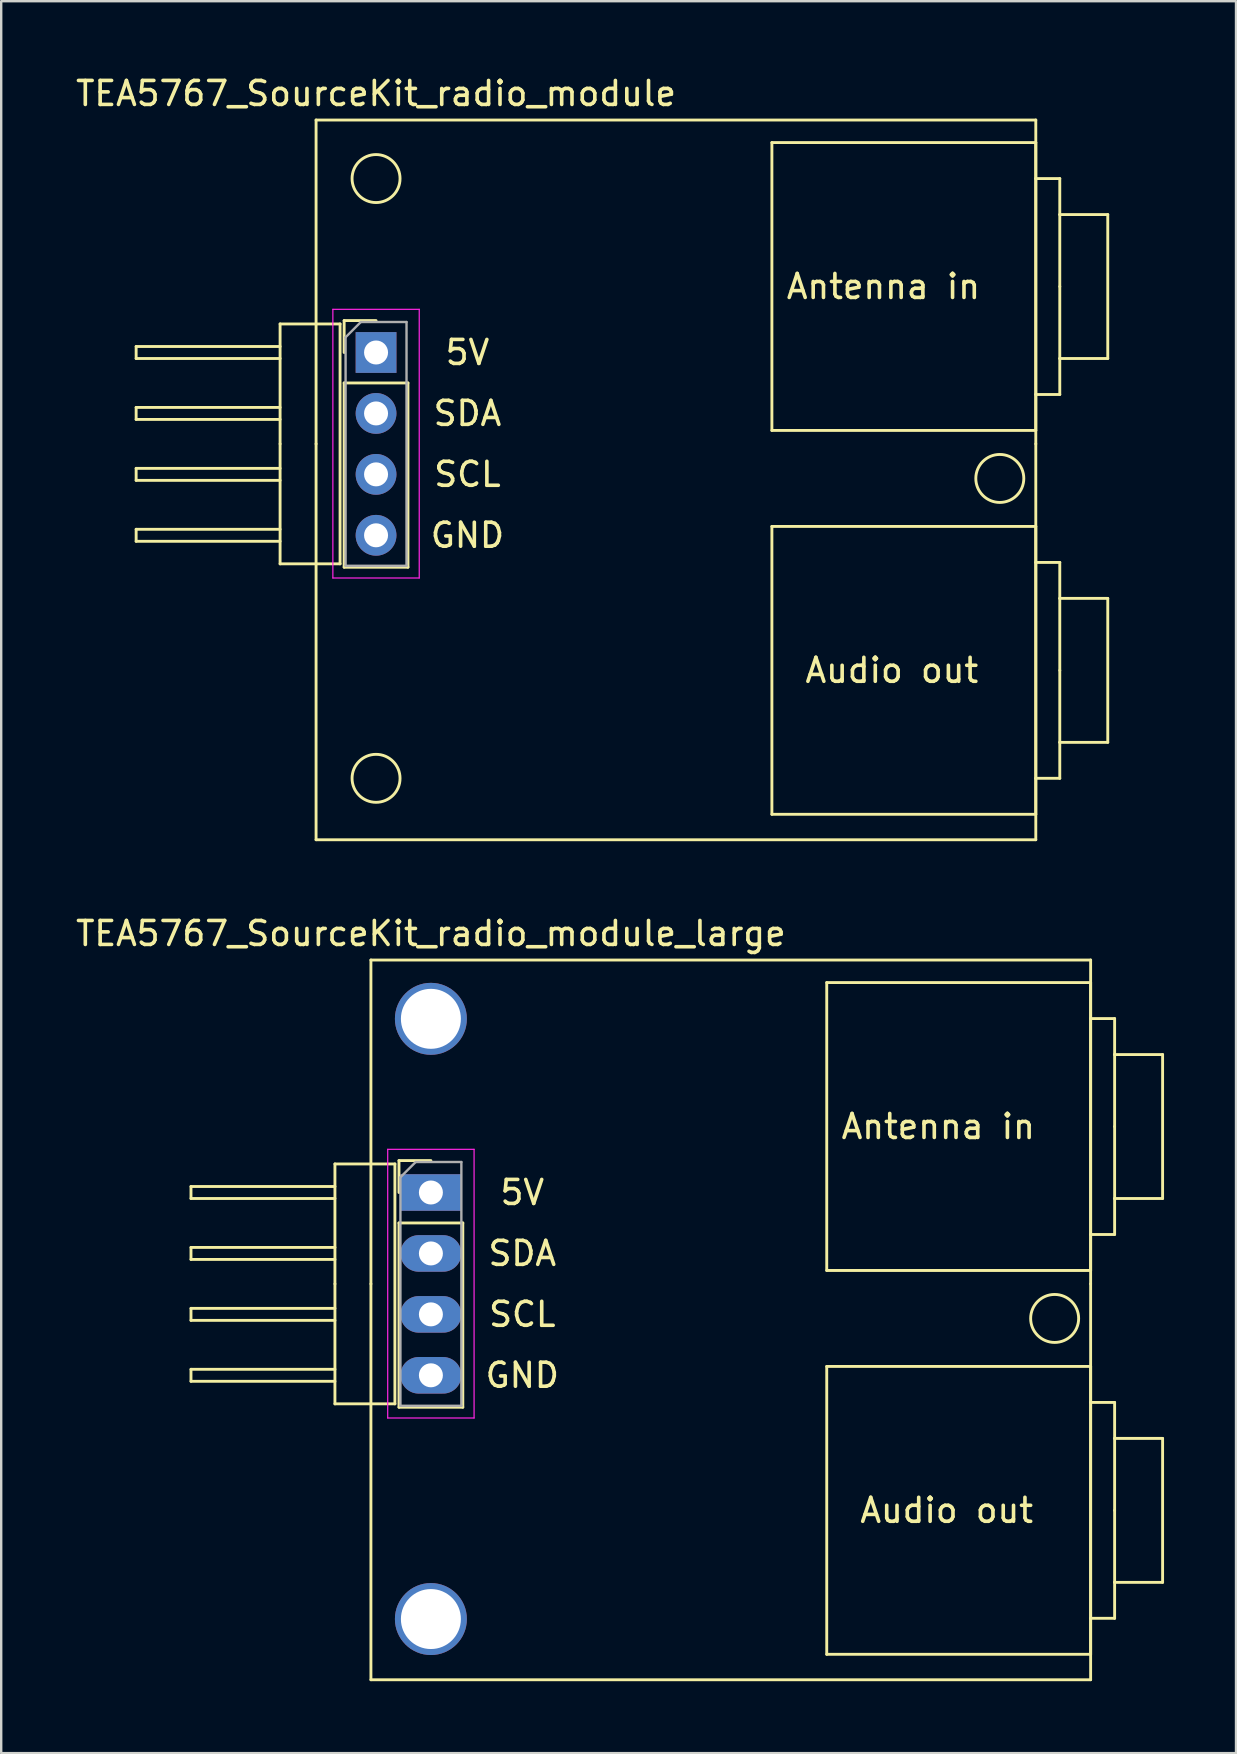
<source format=kicad_pcb>
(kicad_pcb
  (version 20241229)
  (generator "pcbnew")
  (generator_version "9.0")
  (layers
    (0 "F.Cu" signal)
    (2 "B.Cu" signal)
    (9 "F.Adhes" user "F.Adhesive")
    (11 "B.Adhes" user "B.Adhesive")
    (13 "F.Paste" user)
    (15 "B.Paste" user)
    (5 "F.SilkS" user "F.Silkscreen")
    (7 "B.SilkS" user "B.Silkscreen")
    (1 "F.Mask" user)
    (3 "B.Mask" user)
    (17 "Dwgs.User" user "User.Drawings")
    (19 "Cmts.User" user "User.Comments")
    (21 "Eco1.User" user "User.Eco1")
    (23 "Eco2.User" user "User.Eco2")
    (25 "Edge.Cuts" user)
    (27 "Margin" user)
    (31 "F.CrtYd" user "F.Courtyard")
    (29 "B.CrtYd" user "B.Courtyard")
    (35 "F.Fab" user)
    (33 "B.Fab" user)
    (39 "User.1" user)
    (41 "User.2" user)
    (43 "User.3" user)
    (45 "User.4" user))
  (footprint "TEA5767_SourceKit_radio_module"
    (layer "F.Cu")
    (at 12.625 11.643)
    (property "Reference" "TEA5767_SourceKit_radio_module" (at 0 -10.795 0) (layer "F.SilkS") (effects (font (size 1 1) (thickness 0.15))))
    (attr through_hole)
    (fp_line (start -10 -0.25) (end -10 0.25) (stroke (width 0.12) (type solid)) (layer "F.SilkS"))
    (fp_line (start -10 0.25) (end -4 0.25) (stroke (width 0.12) (type solid)) (layer "F.SilkS"))
    (fp_line (start -10 2.29) (end -10 2.79) (stroke (width 0.12) (type solid)) (layer "F.SilkS"))
    (fp_line (start -10 2.79) (end -4 2.79) (stroke (width 0.12) (type solid)) (layer "F.SilkS"))
    (fp_line (start -10 4.83) (end -10 5.33) (stroke (width 0.12) (type solid)) (layer "F.SilkS"))
    (fp_line (start -10 5.33) (end -4 5.33) (stroke (width 0.12) (type solid)) (layer "F.SilkS"))
    (fp_line (start -10 7.37) (end -10 7.87) (stroke (width 0.12) (type solid)) (layer "F.SilkS"))
    (fp_line (start -10 7.87) (end -4 7.87) (stroke (width 0.12) (type solid)) (layer "F.SilkS"))
    (fp_line (start -4 -1.19) (end -1.5 -1.19) (stroke (width 0.12) (type solid)) (layer "F.SilkS"))
    (fp_line (start -4 -0.25) (end -10 -0.25) (stroke (width 0.12) (type solid)) (layer "F.SilkS"))
    (fp_line (start -4 2.29) (end -10 2.29) (stroke (width 0.12) (type solid)) (layer "F.SilkS"))
    (fp_line (start -4 3.81) (end -4 -1.19) (stroke (width 0.12) (type solid)) (layer "F.SilkS"))
    (fp_line (start -4 4.83) (end -10 4.83) (stroke (width 0.12) (type solid)) (layer "F.SilkS"))
    (fp_line (start -4 7.37) (end -10 7.37) (stroke (width 0.12) (type solid)) (layer "F.SilkS"))
    (fp_line (start -4 8.81) (end -4 3.81) (stroke (width 0.12) (type solid)) (layer "F.SilkS"))
    (fp_line (start -2.5 -9.69) (end 27.5 -9.69) (stroke (width 0.12) (type solid)) (layer "F.SilkS"))
    (fp_line (start -2.5 3.81) (end -2.5 -9.69) (stroke (width 0.12) (type solid)) (layer "F.SilkS"))
    (fp_line (start -2.5 20.31) (end -2.5 3.81) (stroke (width 0.12) (type solid)) (layer "F.SilkS"))
    (fp_line (start -1.5 -1.19) (end -1.5 8.81) (stroke (width 0.12) (type solid)) (layer "F.SilkS"))
    (fp_line (start -1.5 8.81) (end -4 8.81) (stroke (width 0.12) (type solid)) (layer "F.SilkS"))
    (fp_line (start -1.33 -1.33) (end 0 -1.33) (stroke (width 0.12) (type solid)) (layer "F.SilkS"))
    (fp_line (start -1.33 0) (end -1.33 -1.33) (stroke (width 0.12) (type solid)) (layer "F.SilkS"))
    (fp_line (start -1.33 1.27) (end -1.33 8.95) (stroke (width 0.12) (type solid)) (layer "F.SilkS"))
    (fp_line (start -1.33 1.27) (end 1.33 1.27) (stroke (width 0.12) (type solid)) (layer "F.SilkS"))
    (fp_line (start -1.33 8.95) (end 1.33 8.95) (stroke (width 0.12) (type solid)) (layer "F.SilkS"))
    (fp_line (start 1.33 1.27) (end 1.33 8.95) (stroke (width 0.12) (type solid)) (layer "F.SilkS"))
    (fp_line (start 16.5 -8.75) (end 16.5 3.25) (stroke (width 0.12) (type solid)) (layer "F.SilkS"))
    (fp_line (start 16.5 3.25) (end 27.5 3.25) (stroke (width 0.12) (type solid)) (layer "F.SilkS"))
    (fp_line (start 16.5 7.25) (end 16.5 19.25) (stroke (width 0.12) (type solid)) (layer "F.SilkS"))
    (fp_line (start 16.5 19.25) (end 27.5 19.25) (stroke (width 0.12) (type solid)) (layer "F.SilkS"))
    (fp_line (start 27.5 -9.69) (end 27.5 3.81) (stroke (width 0.12) (type solid)) (layer "F.SilkS"))
    (fp_line (start 27.5 -8.75) (end 16.5 -8.75) (stroke (width 0.12) (type solid)) (layer "F.SilkS"))
    (fp_line (start 27.5 -7.25) (end 27.5 -8.75) (stroke (width 0.12) (type solid)) (layer "F.SilkS"))
    (fp_line (start 27.5 -7.25) (end 27.5 1.75) (stroke (width 0.12) (type solid)) (layer "F.SilkS"))
    (fp_line (start 27.5 1.75) (end 28.5 1.75) (stroke (width 0.12) (type solid)) (layer "F.SilkS"))
    (fp_line (start 27.5 3.25) (end 27.5 1.75) (stroke (width 0.12) (type solid)) (layer "F.SilkS"))
    (fp_line (start 27.5 3.81) (end 27.5 20.31) (stroke (width 0.12) (type solid)) (layer "F.SilkS"))
    (fp_line (start 27.5 7.25) (end 16.5 7.25) (stroke (width 0.12) (type solid)) (layer "F.SilkS"))
    (fp_line (start 27.5 8.75) (end 27.5 7.25) (stroke (width 0.12) (type solid)) (layer "F.SilkS"))
    (fp_line (start 27.5 8.75) (end 27.5 17.75) (stroke (width 0.12) (type solid)) (layer "F.SilkS"))
    (fp_line (start 27.5 17.75) (end 28.5 17.75) (stroke (width 0.12) (type solid)) (layer "F.SilkS"))
    (fp_line (start 27.5 19.25) (end 27.5 17.75) (stroke (width 0.12) (type solid)) (layer "F.SilkS"))
    (fp_line (start 27.5 20.31) (end -2.5 20.31) (stroke (width 0.12) (type solid)) (layer "F.SilkS"))
    (fp_line (start 28.5 -7.25) (end 27.5 -7.25) (stroke (width 0.12) (type solid)) (layer "F.SilkS"))
    (fp_line (start 28.5 -5.75) (end 28.5 -7.25) (stroke (width 0.12) (type solid)) (layer "F.SilkS"))
    (fp_line (start 28.5 -5.75) (end 30.5 -5.75) (stroke (width 0.12) (type solid)) (layer "F.SilkS"))
    (fp_line (start 28.5 -2.75) (end 28.5 -5.75) (stroke (width 0.12) (type solid)) (layer "F.SilkS"))
    (fp_line (start 28.5 0.25) (end 28.5 -2.75) (stroke (width 0.12) (type solid)) (layer "F.SilkS"))
    (fp_line (start 28.5 1.75) (end 28.5 0.25) (stroke (width 0.12) (type solid)) (layer "F.SilkS"))
    (fp_line (start 28.5 8.75) (end 27.5 8.75) (stroke (width 0.12) (type solid)) (layer "F.SilkS"))
    (fp_line (start 28.5 10.25) (end 28.5 8.75) (stroke (width 0.12) (type solid)) (layer "F.SilkS"))
    (fp_line (start 28.5 10.25) (end 30.5 10.25) (stroke (width 0.12) (type solid)) (layer "F.SilkS"))
    (fp_line (start 28.5 13.25) (end 28.5 10.25) (stroke (width 0.12) (type solid)) (layer "F.SilkS"))
    (fp_line (start 28.5 16.25) (end 28.5 13.25) (stroke (width 0.12) (type solid)) (layer "F.SilkS"))
    (fp_line (start 28.5 17.75) (end 28.5 16.25) (stroke (width 0.12) (type solid)) (layer "F.SilkS"))
    (fp_line (start 30.5 -5.75) (end 30.5 0.25) (stroke (width 0.12) (type solid)) (layer "F.SilkS"))
    (fp_line (start 30.5 0.25) (end 28.5 0.25) (stroke (width 0.12) (type solid)) (layer "F.SilkS"))
    (fp_line (start 30.5 10.25) (end 30.5 16.25) (stroke (width 0.12) (type solid)) (layer "F.SilkS"))
    (fp_line (start 30.5 16.25) (end 28.5 16.25) (stroke (width 0.12) (type solid)) (layer "F.SilkS"))
    (fp_circle (center 0 -7.25) (end 1 -7.25) (stroke (width 0.12) (type solid)) (fill no) (layer "F.SilkS"))
    (fp_circle (center 0 17.75) (end 1 17.75) (stroke (width 0.12) (type solid)) (fill no) (layer "F.SilkS"))
    (fp_circle (center 26 5.25) (end 27 5.25) (stroke (width 0.12) (type solid)) (fill no) (layer "F.SilkS"))
    (fp_line (start -1.8 -1.8) (end -1.8 9.4) (stroke (width 0.05) (type solid)) (layer "F.CrtYd"))
    (fp_line (start -1.8 9.4) (end 1.8 9.4) (stroke (width 0.05) (type solid)) (layer "F.CrtYd"))
    (fp_line (start 1.8 -1.8) (end -1.8 -1.8) (stroke (width 0.05) (type solid)) (layer "F.CrtYd"))
    (fp_line (start 1.8 9.4) (end 1.8 -1.8) (stroke (width 0.05) (type solid)) (layer "F.CrtYd"))
    (fp_line (start -1.27 -0.635) (end -0.635 -1.27) (stroke (width 0.1) (type solid)) (layer "F.Fab"))
    (fp_line (start -1.27 8.89) (end -1.27 -0.635) (stroke (width 0.1) (type solid)) (layer "F.Fab"))
    (fp_line (start -0.635 -1.27) (end 1.27 -1.27) (stroke (width 0.1) (type solid)) (layer "F.Fab"))
    (fp_line (start 1.27 -1.27) (end 1.27 8.89) (stroke (width 0.1) (type solid)) (layer "F.Fab"))
    (fp_line (start 1.27 8.89) (end -1.27 8.89) (stroke (width 0.1) (type solid)) (layer "F.Fab"))
    (fp_text user "Audio out" (at 21.5 13.25 0) (layer "F.SilkS") (effects (font (size 1 1) (thickness 0.15))))
    (fp_text user "SDA" (at 3.81 2.54 0) (layer "F.SilkS") (effects (font (size 1 1) (thickness 0.15))))
    (fp_text user "Antenna in" (at 21.15 -2.75 0) (layer "F.SilkS") (effects (font (size 1 1) (thickness 0.15))))
    (fp_text user "SCL" (at 3.81 5.08 0) (layer "F.SilkS") (effects (font (size 1 1) (thickness 0.15))))
    (fp_text user "5V" (at 3.81 0 0) (layer "F.SilkS") (effects (font (size 1 1) (thickness 0.15))))
    (fp_text user "GND" (at 3.81 7.62 0) (layer "F.SilkS") (effects (font (size 1 1) (thickness 0.15))))
    (pad "1" thru_hole rect (at 0 0) (size 1.7 1.7) (drill 1) (layers "*.Cu" "*.Mask"))
    (pad "2" thru_hole oval (at 0 2.54) (size 1.7 1.7) (drill 1) (layers "*.Cu" "*.Mask"))
    (pad "3" thru_hole oval (at 0 5.08) (size 1.7 1.7) (drill 1) (layers "*.Cu" "*.Mask"))
    (pad "4" thru_hole oval (at 0 7.62) (size 1.7 1.7) (drill 1) (layers "*.Cu" "*.Mask")))
  (footprint "TEA5767_SourceKit_radio_module_large"
    (layer "F.Cu")
    (at 14.911 46.657)
    (property "Reference" "TEA5767_SourceKit_radio_module_large" (at 0 -10.795 0) (layer "F.SilkS") (effects (font (size 1 1) (thickness 0.15))))
    (attr through_hole)
    (fp_line (start -10 -0.25) (end -10 0.25) (stroke (width 0.12) (type solid)) (layer "F.SilkS"))
    (fp_line (start -10 0.25) (end -4 0.25) (stroke (width 0.12) (type solid)) (layer "F.SilkS"))
    (fp_line (start -10 2.29) (end -10 2.79) (stroke (width 0.12) (type solid)) (layer "F.SilkS"))
    (fp_line (start -10 2.79) (end -4 2.79) (stroke (width 0.12) (type solid)) (layer "F.SilkS"))
    (fp_line (start -10 4.83) (end -10 5.33) (stroke (width 0.12) (type solid)) (layer "F.SilkS"))
    (fp_line (start -10 5.33) (end -4 5.33) (stroke (width 0.12) (type solid)) (layer "F.SilkS"))
    (fp_line (start -10 7.37) (end -10 7.87) (stroke (width 0.12) (type solid)) (layer "F.SilkS"))
    (fp_line (start -10 7.87) (end -4 7.87) (stroke (width 0.12) (type solid)) (layer "F.SilkS"))
    (fp_line (start -4 -1.19) (end -1.5 -1.19) (stroke (width 0.12) (type solid)) (layer "F.SilkS"))
    (fp_line (start -4 -0.25) (end -10 -0.25) (stroke (width 0.12) (type solid)) (layer "F.SilkS"))
    (fp_line (start -4 2.29) (end -10 2.29) (stroke (width 0.12) (type solid)) (layer "F.SilkS"))
    (fp_line (start -4 3.81) (end -4 -1.19) (stroke (width 0.12) (type solid)) (layer "F.SilkS"))
    (fp_line (start -4 4.83) (end -10 4.83) (stroke (width 0.12) (type solid)) (layer "F.SilkS"))
    (fp_line (start -4 7.37) (end -10 7.37) (stroke (width 0.12) (type solid)) (layer "F.SilkS"))
    (fp_line (start -4 8.81) (end -4 3.81) (stroke (width 0.12) (type solid)) (layer "F.SilkS"))
    (fp_line (start -2.5 -9.69) (end 27.5 -9.69) (stroke (width 0.12) (type solid)) (layer "F.SilkS"))
    (fp_line (start -2.5 3.81) (end -2.5 -9.69) (stroke (width 0.12) (type solid)) (layer "F.SilkS"))
    (fp_line (start -2.5 20.31) (end -2.5 3.81) (stroke (width 0.12) (type solid)) (layer "F.SilkS"))
    (fp_line (start -1.5 -1.19) (end -1.5 8.81) (stroke (width 0.12) (type solid)) (layer "F.SilkS"))
    (fp_line (start -1.5 8.81) (end -4 8.81) (stroke (width 0.12) (type solid)) (layer "F.SilkS"))
    (fp_line (start -1.33 -1.33) (end 0 -1.33) (stroke (width 0.12) (type solid)) (layer "F.SilkS"))
    (fp_line (start -1.33 0) (end -1.33 -1.33) (stroke (width 0.12) (type solid)) (layer "F.SilkS"))
    (fp_line (start -1.33 1.27) (end -1.33 8.95) (stroke (width 0.12) (type solid)) (layer "F.SilkS"))
    (fp_line (start -1.33 1.27) (end 1.33 1.27) (stroke (width 0.12) (type solid)) (layer "F.SilkS"))
    (fp_line (start -1.33 8.95) (end 1.33 8.95) (stroke (width 0.12) (type solid)) (layer "F.SilkS"))
    (fp_line (start 1.33 1.27) (end 1.33 8.95) (stroke (width 0.12) (type solid)) (layer "F.SilkS"))
    (fp_line (start 16.5 -8.75) (end 16.5 3.25) (stroke (width 0.12) (type solid)) (layer "F.SilkS"))
    (fp_line (start 16.5 3.25) (end 27.5 3.25) (stroke (width 0.12) (type solid)) (layer "F.SilkS"))
    (fp_line (start 16.5 7.25) (end 16.5 19.25) (stroke (width 0.12) (type solid)) (layer "F.SilkS"))
    (fp_line (start 16.5 19.25) (end 27.5 19.25) (stroke (width 0.12) (type solid)) (layer "F.SilkS"))
    (fp_line (start 27.5 -9.69) (end 27.5 3.81) (stroke (width 0.12) (type solid)) (layer "F.SilkS"))
    (fp_line (start 27.5 -8.75) (end 16.5 -8.75) (stroke (width 0.12) (type solid)) (layer "F.SilkS"))
    (fp_line (start 27.5 -7.25) (end 27.5 -8.75) (stroke (width 0.12) (type solid)) (layer "F.SilkS"))
    (fp_line (start 27.5 -7.25) (end 27.5 1.75) (stroke (width 0.12) (type solid)) (layer "F.SilkS"))
    (fp_line (start 27.5 1.75) (end 28.5 1.75) (stroke (width 0.12) (type solid)) (layer "F.SilkS"))
    (fp_line (start 27.5 3.25) (end 27.5 1.75) (stroke (width 0.12) (type solid)) (layer "F.SilkS"))
    (fp_line (start 27.5 3.81) (end 27.5 20.31) (stroke (width 0.12) (type solid)) (layer "F.SilkS"))
    (fp_line (start 27.5 7.25) (end 16.5 7.25) (stroke (width 0.12) (type solid)) (layer "F.SilkS"))
    (fp_line (start 27.5 8.75) (end 27.5 7.25) (stroke (width 0.12) (type solid)) (layer "F.SilkS"))
    (fp_line (start 27.5 8.75) (end 27.5 17.75) (stroke (width 0.12) (type solid)) (layer "F.SilkS"))
    (fp_line (start 27.5 17.75) (end 28.5 17.75) (stroke (width 0.12) (type solid)) (layer "F.SilkS"))
    (fp_line (start 27.5 19.25) (end 27.5 17.75) (stroke (width 0.12) (type solid)) (layer "F.SilkS"))
    (fp_line (start 27.5 20.31) (end -2.5 20.31) (stroke (width 0.12) (type solid)) (layer "F.SilkS"))
    (fp_line (start 28.5 -7.25) (end 27.5 -7.25) (stroke (width 0.12) (type solid)) (layer "F.SilkS"))
    (fp_line (start 28.5 -5.75) (end 28.5 -7.25) (stroke (width 0.12) (type solid)) (layer "F.SilkS"))
    (fp_line (start 28.5 -5.75) (end 30.5 -5.75) (stroke (width 0.12) (type solid)) (layer "F.SilkS"))
    (fp_line (start 28.5 -2.75) (end 28.5 -5.75) (stroke (width 0.12) (type solid)) (layer "F.SilkS"))
    (fp_line (start 28.5 0.25) (end 28.5 -2.75) (stroke (width 0.12) (type solid)) (layer "F.SilkS"))
    (fp_line (start 28.5 1.75) (end 28.5 0.25) (stroke (width 0.12) (type solid)) (layer "F.SilkS"))
    (fp_line (start 28.5 8.75) (end 27.5 8.75) (stroke (width 0.12) (type solid)) (layer "F.SilkS"))
    (fp_line (start 28.5 10.25) (end 28.5 8.75) (stroke (width 0.12) (type solid)) (layer "F.SilkS"))
    (fp_line (start 28.5 10.25) (end 30.5 10.25) (stroke (width 0.12) (type solid)) (layer "F.SilkS"))
    (fp_line (start 28.5 13.25) (end 28.5 10.25) (stroke (width 0.12) (type solid)) (layer "F.SilkS"))
    (fp_line (start 28.5 16.25) (end 28.5 13.25) (stroke (width 0.12) (type solid)) (layer "F.SilkS"))
    (fp_line (start 28.5 17.75) (end 28.5 16.25) (stroke (width 0.12) (type solid)) (layer "F.SilkS"))
    (fp_line (start 30.5 -5.75) (end 30.5 0.25) (stroke (width 0.12) (type solid)) (layer "F.SilkS"))
    (fp_line (start 30.5 0.25) (end 28.5 0.25) (stroke (width 0.12) (type solid)) (layer "F.SilkS"))
    (fp_line (start 30.5 10.25) (end 30.5 16.25) (stroke (width 0.12) (type solid)) (layer "F.SilkS"))
    (fp_line (start 30.5 16.25) (end 28.5 16.25) (stroke (width 0.12) (type solid)) (layer "F.SilkS"))
    (fp_circle (center 0 -7.25) (end 1 -7.25) (stroke (width 0.12) (type solid)) (fill no) (layer "F.SilkS"))
    (fp_circle (center 0 17.75) (end 1 17.75) (stroke (width 0.12) (type solid)) (fill no) (layer "F.SilkS"))
    (fp_circle (center 26 5.25) (end 27 5.25) (stroke (width 0.12) (type solid)) (fill no) (layer "F.SilkS"))
    (fp_line (start -1.8 -1.8) (end -1.8 9.4) (stroke (width 0.05) (type solid)) (layer "F.CrtYd"))
    (fp_line (start -1.8 9.4) (end 1.8 9.4) (stroke (width 0.05) (type solid)) (layer "F.CrtYd"))
    (fp_line (start 1.8 -1.8) (end -1.8 -1.8) (stroke (width 0.05) (type solid)) (layer "F.CrtYd"))
    (fp_line (start 1.8 9.4) (end 1.8 -1.8) (stroke (width 0.05) (type solid)) (layer "F.CrtYd"))
    (fp_line (start -1.27 -0.635) (end -0.635 -1.27) (stroke (width 0.1) (type solid)) (layer "F.Fab"))
    (fp_line (start -1.27 8.89) (end -1.27 -0.635) (stroke (width 0.1) (type solid)) (layer "F.Fab"))
    (fp_line (start -0.635 -1.27) (end 1.27 -1.27) (stroke (width 0.1) (type solid)) (layer "F.Fab"))
    (fp_line (start 1.27 -1.27) (end 1.27 8.89) (stroke (width 0.1) (type solid)) (layer "F.Fab"))
    (fp_line (start 1.27 8.89) (end -1.27 8.89) (stroke (width 0.1) (type solid)) (layer "F.Fab"))
    (fp_text user "GND" (at 3.81 7.62 0) (layer "F.SilkS") (effects (font (size 1 1) (thickness 0.15))))
    (fp_text user "5V" (at 3.81 0 0) (layer "F.SilkS") (effects (font (size 1 1) (thickness 0.15))))
    (fp_text user "SCL" (at 3.81 5.08 0) (layer "F.SilkS") (effects (font (size 1 1) (thickness 0.15))))
    (fp_text user "SDA" (at 3.81 2.54 0) (layer "F.SilkS") (effects (font (size 1 1) (thickness 0.15))))
    (fp_text user "Antenna in" (at 21.15 -2.75 0) (layer "F.SilkS") (effects (font (size 1 1) (thickness 0.15))))
    (fp_text user "Audio out" (at 21.5 13.25 0) (layer "F.SilkS") (effects (font (size 1 1) (thickness 0.15))))
    (pad "" np_thru_hole circle (at 0 -7.239) (size 3 3) (drill 2.5) (layers "*.Cu" "*.Mask"))
    (pad "" np_thru_hole circle (at 0 17.78) (size 3 3) (drill 2.5) (layers "*.Cu" "*.Mask"))
    (pad "1" thru_hole rect (at 0 0) (size 2.54 1.524) (drill 1) (layers "*.Cu" "*.Mask"))
    (pad "2" thru_hole oval (at 0 2.54) (size 2.54 1.524) (drill 1) (layers "*.Cu" "*.Mask"))
    (pad "3" thru_hole oval (at 0 5.08) (size 2.54 1.524) (drill 1) (layers "*.Cu" "*.Mask"))
    (pad "4" thru_hole oval (at 0 7.62) (size 2.54 1.524) (drill 1) (layers "*.Cu" "*.Mask")))
  (gr_rect
    (start -3 -3)
    (end 48.471 70.026)
    (stroke (width 0.1) (type default))
    (fill no)
    (layer "Edge.Cuts")))
</source>
